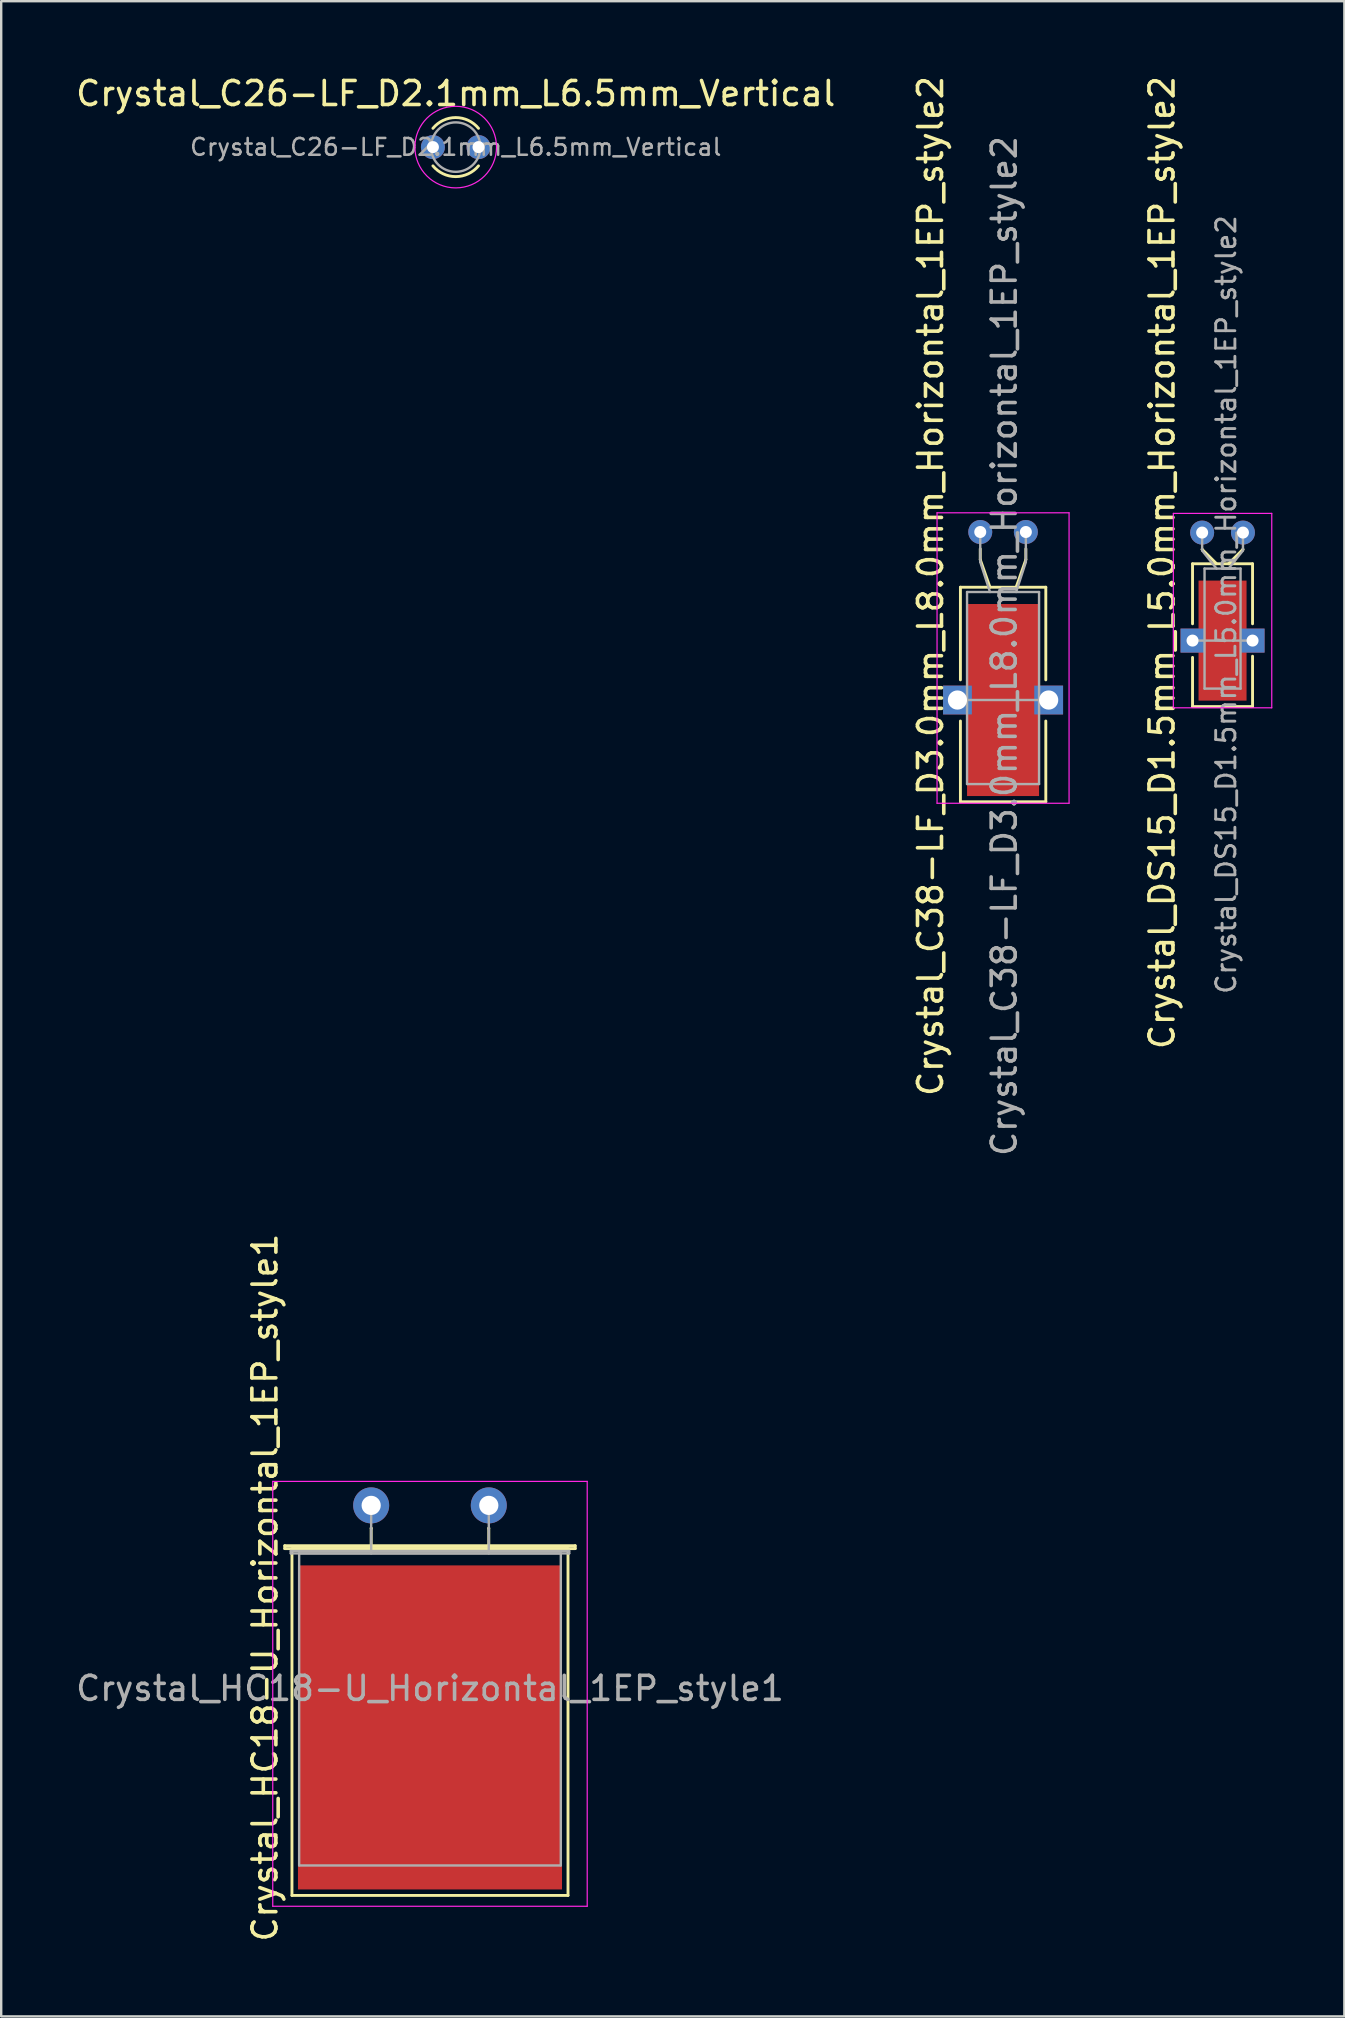
<source format=kicad_pcb>
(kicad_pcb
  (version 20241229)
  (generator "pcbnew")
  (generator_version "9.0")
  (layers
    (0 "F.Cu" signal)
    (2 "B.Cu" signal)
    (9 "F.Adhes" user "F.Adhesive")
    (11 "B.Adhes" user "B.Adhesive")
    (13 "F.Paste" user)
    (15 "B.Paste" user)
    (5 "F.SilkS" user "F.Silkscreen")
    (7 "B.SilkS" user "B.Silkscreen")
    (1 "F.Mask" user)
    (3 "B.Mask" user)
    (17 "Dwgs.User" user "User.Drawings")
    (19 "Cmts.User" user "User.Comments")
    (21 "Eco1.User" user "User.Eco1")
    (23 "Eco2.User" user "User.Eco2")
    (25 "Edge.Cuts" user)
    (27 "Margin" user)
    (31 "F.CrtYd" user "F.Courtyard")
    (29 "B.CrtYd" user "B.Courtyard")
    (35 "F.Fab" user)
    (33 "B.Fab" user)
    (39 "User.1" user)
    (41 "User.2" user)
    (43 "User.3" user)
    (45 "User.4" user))
  (footprint "Crystal_C38-LF_D3.0mm_L8.0mm_Horizontal_1EP_style2"
    (layer "F.Cu")
    (at 37.787 19.113)
    (property "Reference" "Crystal_C38-LF_D3.0mm_L8.0mm_Horizontal_1EP_style2" (at -2.07 2.25 90) (layer "F.SilkS") (effects (font (size 1 1) (thickness 0.15))))
    (attr through_hole)
    (fp_line (start -0.826 2.3) (end 2.731 2.3) (stroke (width 0.12) (type solid)) (layer "F.SilkS"))
    (fp_line (start -0.826 6.16) (end -0.826 2.3) (stroke (width 0.12) (type solid)) (layer "F.SilkS"))
    (fp_line (start -0.826 7.874) (end -0.826 11.239) (stroke (width 0.12) (type solid)) (layer "F.SilkS"))
    (fp_line (start -0.826 11.239) (end 2.731 11.239) (stroke (width 0.12) (type solid)) (layer "F.SilkS"))
    (fp_line (start 0 1.15) (end 0 0.7) (stroke (width 0.12) (type solid)) (layer "F.SilkS"))
    (fp_line (start 0.405 2.3) (end 0 1.15) (stroke (width 0.12) (type solid)) (layer "F.SilkS"))
    (fp_line (start 1.495 2.3) (end 1.9 1.15) (stroke (width 0.12) (type solid)) (layer "F.SilkS"))
    (fp_line (start 1.9 1.15) (end 1.9 0.7) (stroke (width 0.12) (type solid)) (layer "F.SilkS"))
    (fp_line (start 2.731 2.3) (end 2.731 6.16) (stroke (width 0.12) (type solid)) (layer "F.SilkS"))
    (fp_line (start 2.731 11.239) (end 2.731 7.874) (stroke (width 0.12) (type solid)) (layer "F.SilkS"))
    (fp_line (start -1.8 -0.8) (end -1.8 11.3) (stroke (width 0.05) (type solid)) (layer "F.CrtYd"))
    (fp_line (start -1.8 11.3) (end 3.7 11.3) (stroke (width 0.05) (type solid)) (layer "F.CrtYd"))
    (fp_line (start 3.7 -0.8) (end -1.8 -0.8) (stroke (width 0.05) (type solid)) (layer "F.CrtYd"))
    (fp_line (start 3.7 11.3) (end 3.7 -0.8) (stroke (width 0.05) (type solid)) (layer "F.CrtYd"))
    (fp_line (start -0.95 7) (end 2.85 7) (stroke (width 0.1) (type solid)) (layer "F.Fab"))
    (fp_line (start -0.55 2.5) (end -0.55 10.5) (stroke (width 0.1) (type solid)) (layer "F.Fab"))
    (fp_line (start -0.55 10.5) (end 2.45 10.5) (stroke (width 0.1) (type solid)) (layer "F.Fab"))
    (fp_line (start 0 1.25) (end 0 0) (stroke (width 0.1) (type solid)) (layer "F.Fab"))
    (fp_line (start 0.405 2.5) (end 0 1.25) (stroke (width 0.1) (type solid)) (layer "F.Fab"))
    (fp_line (start 1.495 2.5) (end 1.9 1.25) (stroke (width 0.1) (type solid)) (layer "F.Fab"))
    (fp_line (start 1.9 1.25) (end 1.9 0) (stroke (width 0.1) (type solid)) (layer "F.Fab"))
    (fp_line (start 2.45 2.5) (end -0.55 2.5) (stroke (width 0.1) (type solid)) (layer "F.Fab"))
    (fp_line (start 2.45 10.5) (end 2.45 2.5) (stroke (width 0.1) (type solid)) (layer "F.Fab"))
    (fp_text user "${REFERENCE}" (at 1 4.75 90) (layer "F.Fab") (effects (font (size 1 1) (thickness 0.15))))
    (pad "1" thru_hole circle (at 0 0) (size 1 1) (drill 0.5) (layers "*.Cu" "*.Mask"))
    (pad "2" thru_hole circle (at 1.9 0) (size 1 1) (drill 0.5) (layers "*.Cu" "*.Mask"))
    (pad "3" thru_hole rect (at -0.95 7) (size 1.2 1.2) (drill 0.8) (layers "*.Cu" "*.Mask"))
    (pad "3" smd rect (at 0.95 7) (size 3 8) (layers "F.Cu" "F.Mask" "F.Paste"))
    (pad "3" thru_hole rect (at 2.85 7) (size 1.2 1.2) (drill 0.8) (layers "*.Cu" "*.Mask")))
  (footprint "Crystal_HC18-U_Horizontal_1EP_style1"
    (layer "F.Cu")
    (at 12.413 59.664)
    (property "Reference" "Crystal_HC18-U_Horizontal_1EP_style1" (at -4.425 3.425 90) (layer "F.SilkS") (effects (font (size 1 1) (thickness 0.15))))
    (attr through_hole)
    (fp_line (start -3.6 1.68) (end 8.5 1.68) (stroke (width 0.12) (type solid)) (layer "F.SilkS"))
    (fp_line (start -3.6 1.8) (end -3.6 1.68) (stroke (width 0.12) (type solid)) (layer "F.SilkS"))
    (fp_line (start -3.3 1.8) (end -3.3 16.25) (stroke (width 0.12) (type solid)) (layer "F.SilkS"))
    (fp_line (start -3.3 16.25) (end 8.2 16.25) (stroke (width 0.12) (type solid)) (layer "F.SilkS"))
    (fp_line (start 0 0.95) (end 0 0.95) (stroke (width 0.12) (type solid)) (layer "F.SilkS"))
    (fp_line (start 0 1.8) (end 0 0.95) (stroke (width 0.12) (type solid)) (layer "F.SilkS"))
    (fp_line (start 4.9 0.95) (end 4.9 0.95) (stroke (width 0.12) (type solid)) (layer "F.SilkS"))
    (fp_line (start 4.9 1.8) (end 4.9 0.95) (stroke (width 0.12) (type solid)) (layer "F.SilkS"))
    (fp_line (start 8.15 1.8) (end -3.25 1.8) (stroke (width 0.12) (type solid)) (layer "F.SilkS"))
    (fp_line (start 8.2 16.25) (end 8.2 1.8) (stroke (width 0.12) (type solid)) (layer "F.SilkS"))
    (fp_line (start 8.5 1.68) (end 8.5 1.8) (stroke (width 0.12) (type solid)) (layer "F.SilkS"))
    (fp_line (start 8.5 1.8) (end -3.6 1.8) (stroke (width 0.12) (type solid)) (layer "F.SilkS"))
    (fp_line (start -4.1 -1) (end -4.1 16.7) (stroke (width 0.05) (type solid)) (layer "F.CrtYd"))
    (fp_line (start -4.1 16.7) (end 9 16.7) (stroke (width 0.05) (type solid)) (layer "F.CrtYd"))
    (fp_line (start 9 -1) (end -4.1 -1) (stroke (width 0.05) (type solid)) (layer "F.CrtYd"))
    (fp_line (start 9 16.7) (end 9 -1) (stroke (width 0.05) (type solid)) (layer "F.CrtYd"))
    (fp_line (start -3.35 1.9) (end 8.25 1.9) (stroke (width 0.1) (type solid)) (layer "F.Fab"))
    (fp_line (start -3.35 2) (end -3.35 1.9) (stroke (width 0.1) (type solid)) (layer "F.Fab"))
    (fp_line (start -3 2) (end -3 15) (stroke (width 0.1) (type solid)) (layer "F.Fab"))
    (fp_line (start -3 15) (end 7.9 15) (stroke (width 0.1) (type solid)) (layer "F.Fab"))
    (fp_line (start 0 1) (end 0 0) (stroke (width 0.1) (type solid)) (layer "F.Fab"))
    (fp_line (start 0 2) (end 0 1) (stroke (width 0.1) (type solid)) (layer "F.Fab"))
    (fp_line (start 4.9 1) (end 4.9 0) (stroke (width 0.1) (type solid)) (layer "F.Fab"))
    (fp_line (start 4.9 2) (end 4.9 1) (stroke (width 0.1) (type solid)) (layer "F.Fab"))
    (fp_line (start 7.9 2) (end -3 2) (stroke (width 0.1) (type solid)) (layer "F.Fab"))
    (fp_line (start 7.9 15) (end 7.9 2) (stroke (width 0.1) (type solid)) (layer "F.Fab"))
    (fp_line (start 8.25 1.9) (end 8.25 2) (stroke (width 0.1) (type solid)) (layer "F.Fab"))
    (fp_line (start 8.25 2) (end -3.35 2) (stroke (width 0.1) (type solid)) (layer "F.Fab"))
    (fp_text user "${REFERENCE}" (at 2.45 7.625 0) (layer "F.Fab") (effects (font (size 1 1) (thickness 0.15))))
    (pad "1" thru_hole circle (at 0 0) (size 1.5 1.5) (drill 0.8) (layers "*.Cu" "*.Mask"))
    (pad "2" thru_hole circle (at 4.9 0) (size 1.5 1.5) (drill 0.8) (layers "*.Cu" "*.Mask"))
    (pad "3" smd rect (at 2.45 9.25) (size 11 13.5) (layers "F.Cu" "F.Mask" "F.Paste")))
  (footprint "Crystal_DS15_D1.5mm_L5.0mm_Horizontal_1EP_style2"
    (layer "F.Cu")
    (at 47.031 19.137)
    (property "Reference" "Crystal_DS15_D1.5mm_L5.0mm_Horizontal_1EP_style2" (at -1.67 1.25 90) (layer "F.SilkS") (effects (font (size 1 1) (thickness 0.15))))
    (attr through_hole)
    (fp_line (start -0.4 1.3) (end 2.1 1.3) (stroke (width 0.12) (type solid)) (layer "F.SilkS"))
    (fp_line (start -0.4 3.8) (end -0.4 1.3) (stroke (width 0.12) (type solid)) (layer "F.SilkS"))
    (fp_line (start -0.4 5.2) (end -0.4 7.25) (stroke (width 0.12) (type solid)) (layer "F.SilkS"))
    (fp_line (start -0.4 7.25) (end 2.1 7.25) (stroke (width 0.12) (type solid)) (layer "F.SilkS"))
    (fp_line (start 0 0.7) (end 0 0.7) (stroke (width 0.12) (type solid)) (layer "F.SilkS"))
    (fp_line (start 0.6 1.3) (end 0 0.7) (stroke (width 0.12) (type solid)) (layer "F.SilkS"))
    (fp_line (start 1.1 1.3) (end 1.7 0.7) (stroke (width 0.12) (type solid)) (layer "F.SilkS"))
    (fp_line (start 1.7 0.7) (end 1.7 0.7) (stroke (width 0.12) (type solid)) (layer "F.SilkS"))
    (fp_line (start 2.1 1.3) (end 2.1 3.8) (stroke (width 0.12) (type solid)) (layer "F.SilkS"))
    (fp_line (start 2.1 7.25) (end 2.1 5.15) (stroke (width 0.12) (type solid)) (layer "F.SilkS"))
    (fp_line (start -1.2 -0.8) (end -1.2 7.3) (stroke (width 0.05) (type solid)) (layer "F.CrtYd"))
    (fp_line (start -1.2 7.3) (end 2.9 7.3) (stroke (width 0.05) (type solid)) (layer "F.CrtYd"))
    (fp_line (start 2.9 -0.8) (end -1.2 -0.8) (stroke (width 0.05) (type solid)) (layer "F.CrtYd"))
    (fp_line (start 2.9 7.3) (end 2.9 -0.8) (stroke (width 0.05) (type solid)) (layer "F.CrtYd"))
    (fp_line (start -0.4 4.5) (end 2.1 4.5) (stroke (width 0.1) (type solid)) (layer "F.Fab"))
    (fp_line (start 0 0.75) (end 0 0) (stroke (width 0.1) (type solid)) (layer "F.Fab"))
    (fp_line (start 0.1 1.5) (end 0.1 6.5) (stroke (width 0.1) (type solid)) (layer "F.Fab"))
    (fp_line (start 0.1 6.5) (end 1.6 6.5) (stroke (width 0.1) (type solid)) (layer "F.Fab"))
    (fp_line (start 0.6 1.5) (end 0 0.75) (stroke (width 0.1) (type solid)) (layer "F.Fab"))
    (fp_line (start 1.1 1.5) (end 1.7 0.75) (stroke (width 0.1) (type solid)) (layer "F.Fab"))
    (fp_line (start 1.6 1.5) (end 0.1 1.5) (stroke (width 0.1) (type solid)) (layer "F.Fab"))
    (fp_line (start 1.6 6.5) (end 1.6 1.5) (stroke (width 0.1) (type solid)) (layer "F.Fab"))
    (fp_line (start 1.7 0.75) (end 1.7 0) (stroke (width 0.1) (type solid)) (layer "F.Fab"))
    (fp_text user "${REFERENCE}" (at 1 3 90) (layer "F.Fab") (effects (font (size 0.8 0.8) (thickness 0.12))))
    (pad "1" thru_hole circle (at 0 0) (size 1 1) (drill 0.5) (layers "*.Cu" "*.Mask"))
    (pad "2" thru_hole circle (at 1.7 0) (size 1 1) (drill 0.5) (layers "*.Cu" "*.Mask"))
    (pad "3" thru_hole rect (at -0.4 4.5) (size 1 1) (drill 0.5) (layers "*.Cu" "*.Mask"))
    (pad "3" smd rect (at 0.85 4.5) (size 2 5) (layers "F.Cu" "F.Mask" "F.Paste"))
    (pad "3" thru_hole rect (at 2.1 4.5) (size 1 1) (drill 0.5) (layers "*.Cu" "*.Mask")))
  (footprint "Crystal_C26-LF_D2.1mm_L6.5mm_Vertical"
    (layer "F.Cu")
    (at 14.985 3.078)
    (property "Reference" "Crystal_C26-LF_D2.1mm_L6.5mm_Vertical" (at 0.95 -2.23 0) (layer "F.SilkS") (effects (font (size 1 1) (thickness 0.15))))
    (attr through_hole)
    (fp_arc (start 0 -0.781281) (mid 0.949655 -1.23) (end 1.899561 -0.781814) (stroke (width 0.12) (type solid)) (layer "F.SilkS"))
    (fp_arc (start 1.899561 0.781814) (mid 0.949655 1.23) (end 0 0.781281) (stroke (width 0.12) (type solid)) (layer "F.SilkS"))
    (fp_circle (center 0.95 0) (end 2.65 0) (stroke (width 0.05) (type solid)) (fill no) (layer "F.CrtYd"))
    (fp_circle (center 0.95 0) (end 1.98 0) (stroke (width 0.1) (type solid)) (fill no) (layer "F.Fab"))
    (fp_text user "${REFERENCE}" (at 0.95 0 0) (layer "F.Fab") (effects (font (size 0.7 0.7) (thickness 0.105))))
    (pad "1" thru_hole circle (at 0 0) (size 1 1) (drill 0.5) (layers "*.Cu" "*.Mask"))
    (pad "2" thru_hole circle (at 1.9 0) (size 1 1) (drill 0.5) (layers "*.Cu" "*.Mask")))
  (gr_rect
    (start -3 -3)
    (end 52.956 80.952)
    (stroke (width 0.1) (type default))
    (fill no)
    (layer "Edge.Cuts")))
</source>
